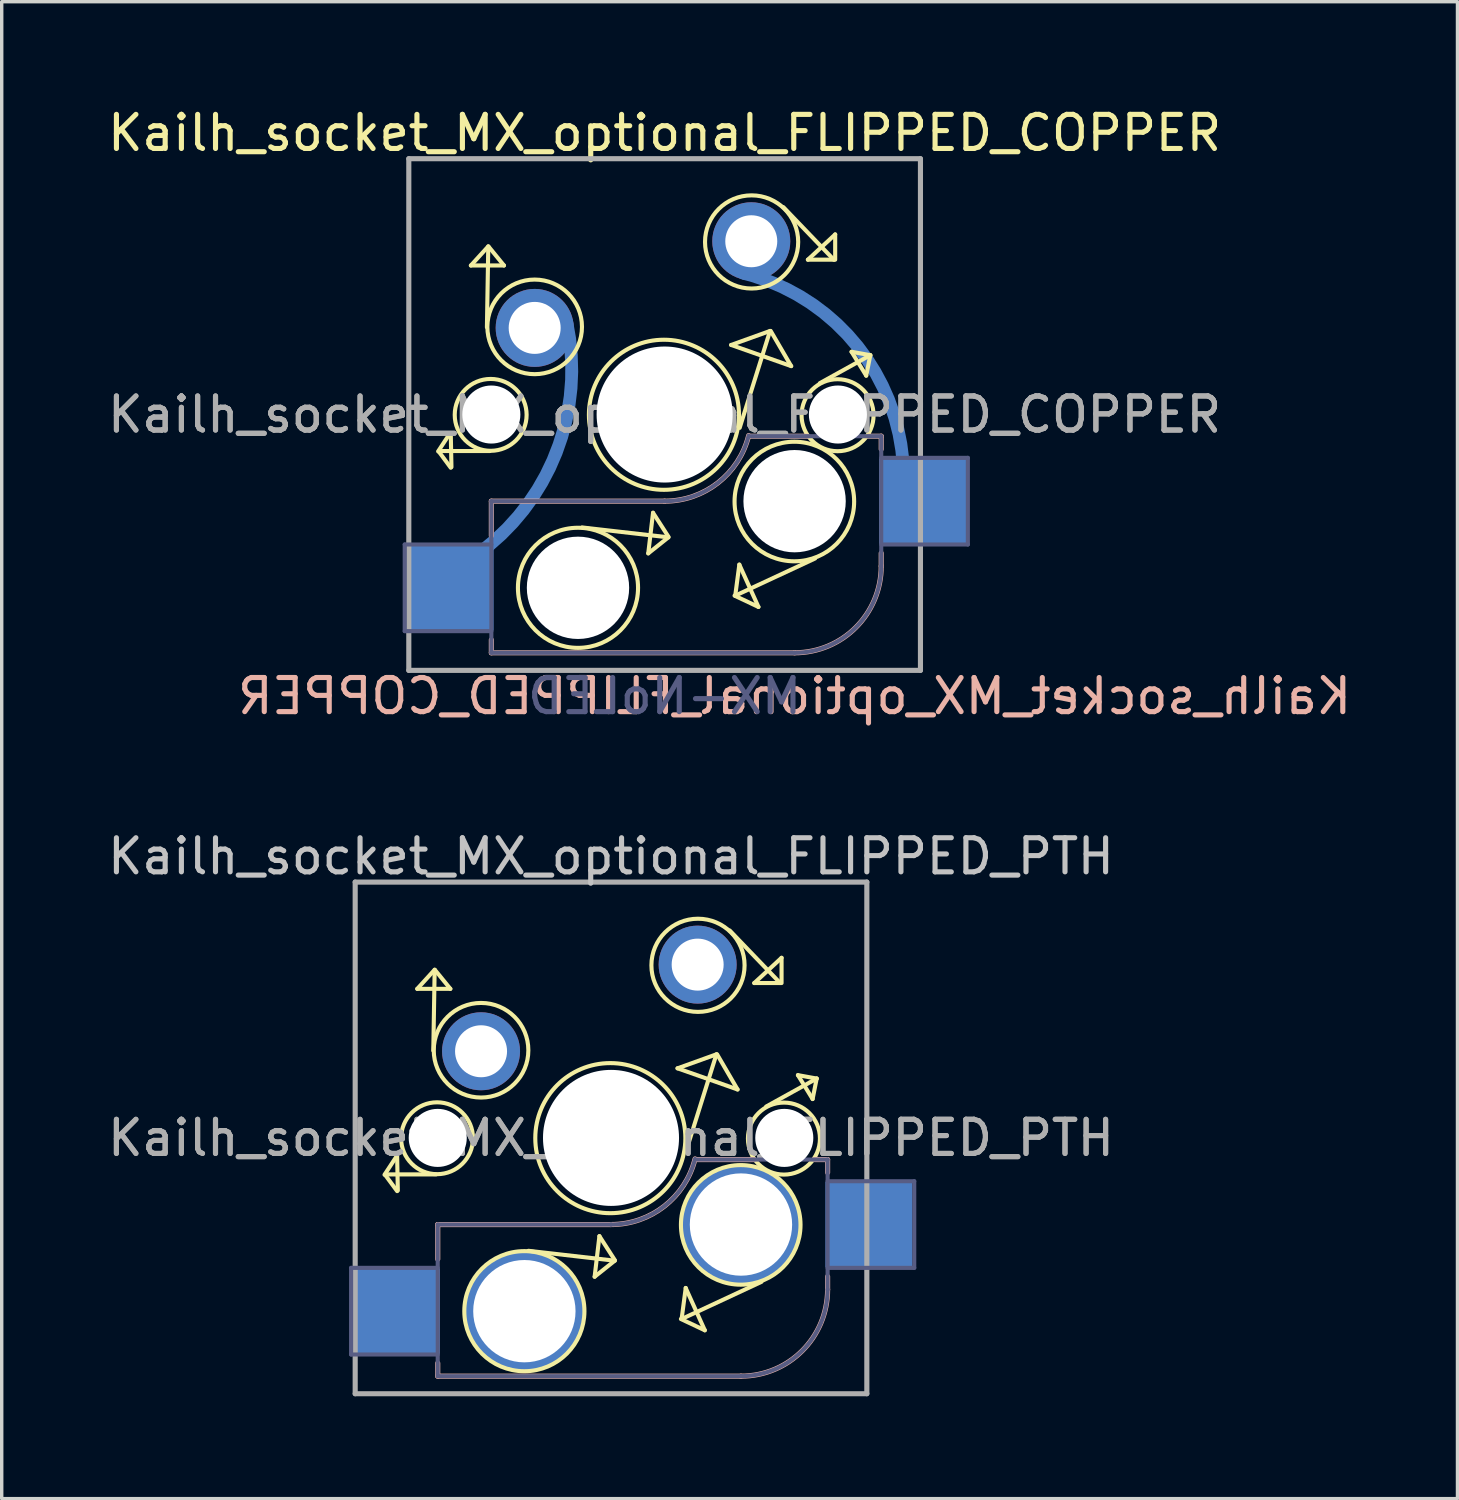
<source format=kicad_pcb>
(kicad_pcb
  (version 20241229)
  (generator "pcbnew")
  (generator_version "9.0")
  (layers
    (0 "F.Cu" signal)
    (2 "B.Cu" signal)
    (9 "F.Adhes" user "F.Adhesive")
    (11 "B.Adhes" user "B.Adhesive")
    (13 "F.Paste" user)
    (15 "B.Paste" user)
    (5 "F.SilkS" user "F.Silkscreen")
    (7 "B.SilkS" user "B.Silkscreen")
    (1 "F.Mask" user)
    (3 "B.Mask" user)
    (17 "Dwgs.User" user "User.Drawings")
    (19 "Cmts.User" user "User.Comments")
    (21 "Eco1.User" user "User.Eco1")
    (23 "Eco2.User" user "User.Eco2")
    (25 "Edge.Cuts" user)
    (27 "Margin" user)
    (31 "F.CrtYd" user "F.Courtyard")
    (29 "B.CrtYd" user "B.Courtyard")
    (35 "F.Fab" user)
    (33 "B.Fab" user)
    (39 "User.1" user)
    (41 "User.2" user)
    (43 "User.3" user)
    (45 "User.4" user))
  (footprint "Kailh_socket_MX_optional_FLIPPED_PTH"
    (layer "F.Cu")
    (at 14.863 30.31)
    (property "Reference" "Kailh_socket_MX_optional_FLIPPED_PTH" (at 0 -8.255 0) (layer "Dwgs.User") (effects (font (size 1 1) (thickness 0.15))))
    (attr through_hole)
    (fp_line (start -6.61 1.1) (end -6.27 1.56) (stroke (width 0.12) (type solid)) (layer "F.SilkS"))
    (fp_line (start -6.3 0.56) (end -6.64 1.08) (stroke (width 0.12) (type solid)) (layer "F.SilkS"))
    (fp_line (start -6.25 1.54) (end -6.27 0.54) (stroke (width 0.12) (type solid)) (layer "F.SilkS"))
    (fp_line (start -5.68 -4.37) (end -4.71 -4.37) (stroke (width 0.12) (type solid)) (layer "F.SilkS"))
    (fp_line (start -5.21 -2.56) (end -5.17 -4.93) (stroke (width 0.12) (type solid)) (layer "F.SilkS"))
    (fp_line (start -5.17 -4.93) (end -5.68 -4.37) (stroke (width 0.12) (type solid)) (layer "F.SilkS"))
    (fp_line (start -5.13 1.07) (end -6.62 1.07) (stroke (width 0.12) (type solid)) (layer "F.SilkS"))
    (fp_line (start -4.71 -4.37) (end -5.15 -4.91) (stroke (width 0.12) (type solid)) (layer "F.SilkS"))
    (fp_line (start -2.42 3.31) (end 0.11 3.6) (stroke (width 0.12) (type solid)) (layer "F.SilkS"))
    (fp_line (start -0.48 4.07) (end -0.34 2.88) (stroke (width 0.12) (type solid)) (layer "F.SilkS"))
    (fp_line (start -0.34 2.88) (end 0.11 3.58) (stroke (width 0.12) (type solid)) (layer "F.SilkS"))
    (fp_line (start 0.11 3.6) (end -0.48 4.07) (stroke (width 0.12) (type solid)) (layer "F.SilkS"))
    (fp_line (start 1.95 -2.04) (end 3.71 -1.42) (stroke (width 0.12) (type solid)) (layer "F.SilkS"))
    (fp_line (start 2.07 5.31) (end 2.19 4.4) (stroke (width 0.12) (type solid)) (layer "F.SilkS"))
    (fp_line (start 2.19 4.4) (end 2.75 5.64) (stroke (width 0.12) (type solid)) (layer "F.SilkS"))
    (fp_line (start 2.2 0.39) (end 3.09 -2.45) (stroke (width 0.12) (type solid)) (layer "F.SilkS"))
    (fp_line (start 2.75 5.64) (end 2.05 5.31) (stroke (width 0.12) (type solid)) (layer "F.SilkS"))
    (fp_line (start 3.09 -2.45) (end 1.95 -2.04) (stroke (width 0.12) (type solid)) (layer "F.SilkS"))
    (fp_line (start 3.48 -6.08) (end 4.96 -4.54) (stroke (width 0.12) (type solid)) (layer "F.SilkS"))
    (fp_line (start 3.71 -1.42) (end 3.11 -2.45) (stroke (width 0.12) (type solid)) (layer "F.SilkS"))
    (fp_line (start 4.2 -4.54) (end 5 -5.28) (stroke (width 0.12) (type solid)) (layer "F.SilkS"))
    (fp_line (start 4.41 4.22) (end 2.07 5.31) (stroke (width 0.12) (type solid)) (layer "F.SilkS"))
    (fp_line (start 4.55 -0.92) (end 6.03 -1.74) (stroke (width 0.12) (type solid)) (layer "F.SilkS"))
    (fp_line (start 4.96 -4.54) (end 4.2 -4.54) (stroke (width 0.12) (type solid)) (layer "F.SilkS"))
    (fp_line (start 5 -5.28) (end 5 -4.54) (stroke (width 0.12) (type solid)) (layer "F.SilkS"))
    (fp_line (start 5.48 -1.84) (end 6.03 -1.74) (stroke (width 0.12) (type solid)) (layer "F.SilkS"))
    (fp_line (start 5.91 -1.14) (end 5.48 -1.84) (stroke (width 0.12) (type solid)) (layer "F.SilkS"))
    (fp_line (start 6.03 -1.74) (end 5.91 -1.14) (stroke (width 0.12) (type solid)) (layer "F.SilkS"))
    (fp_circle (center -5.1 0.01) (end -4.36 -0.74) (stroke (width 0.12) (type solid)) (fill no) (layer "F.SilkS"))
    (fp_circle (center -3.81 -2.57) (end -2.73 -3.44) (stroke (width 0.12) (type solid)) (fill no) (layer "F.SilkS"))
    (fp_circle (center -2.54 5.08) (end -1.3 3.83) (stroke (width 0.12) (type solid)) (fill no) (layer "F.SilkS"))
    (fp_circle (center -0.02 0.007) (end 2.18 0.007) (stroke (width 0.12) (type solid)) (fill no) (layer "F.SilkS"))
    (fp_circle (center 2.55 -5.06) (end 3.74 -5.73) (stroke (width 0.12) (type solid)) (fill no) (layer "F.SilkS"))
    (fp_circle (center 3.803 2.55) (end 2.463 3.68) (stroke (width 0.12) (type solid)) (fill no) (layer "F.SilkS"))
    (fp_circle (center 5.07 0.02) (end 5.77 -0.77) (stroke (width 0.12) (type solid)) (fill no) (layer "F.SilkS"))
    (fp_line (start -5.08 2.54) (end -5.08 3.556) (stroke (width 0.15) (type solid)) (layer "B.SilkS"))
    (fp_line (start -5.08 6.604) (end -5.08 6.985) (stroke (width 0.15) (type solid)) (layer "B.SilkS"))
    (fp_line (start -5.08 6.985) (end 3.81 6.985) (stroke (width 0.15) (type solid)) (layer "B.SilkS"))
    (fp_line (start 0 2.54) (end -5.08 2.54) (stroke (width 0.15) (type solid)) (layer "B.SilkS"))
    (fp_line (start 4.191 0.635) (end 2.54 0.635) (stroke (width 0.15) (type solid)) (layer "B.SilkS"))
    (fp_line (start 6.35 0.635) (end 5.969 0.635) (stroke (width 0.15) (type solid)) (layer "B.SilkS"))
    (fp_line (start 6.35 1.016) (end 6.35 0.635) (stroke (width 0.15) (type solid)) (layer "B.SilkS"))
    (fp_line (start 6.35 4.445) (end 6.35 4.064) (stroke (width 0.15) (type solid)) (layer "B.SilkS"))
    (fp_arc (start 2.464162 0.61604) (mid 1.563147 2.002042) (end 0 2.54) (stroke (width 0.15) (type solid)) (layer "B.SilkS"))
    (fp_arc (start 6.35 4.445) (mid 5.606051 6.241051) (end 3.81 6.985) (stroke (width 0.15) (type solid)) (layer "B.SilkS"))
    (fp_line (start -6.9 6.9) (end -6.9 -6.9) (stroke (width 0.15) (type solid)) (layer "Eco2.User"))
    (fp_line (start -6.9 6.9) (end 6.9 6.9) (stroke (width 0.15) (type solid)) (layer "Eco2.User"))
    (fp_line (start 6.9 -6.9) (end -6.9 -6.9) (stroke (width 0.15) (type solid)) (layer "Eco2.User"))
    (fp_line (start 6.9 -6.9) (end 6.9 6.9) (stroke (width 0.15) (type solid)) (layer "Eco2.User"))
    (fp_line (start -7.62 3.81) (end -7.62 6.35) (stroke (width 0.12) (type solid)) (layer "B.Fab"))
    (fp_line (start -7.62 6.35) (end -5.08 6.35) (stroke (width 0.12) (type solid)) (layer "B.Fab"))
    (fp_line (start -5.08 2.54) (end -5.08 6.985) (stroke (width 0.12) (type solid)) (layer "B.Fab"))
    (fp_line (start -5.08 3.81) (end -7.62 3.81) (stroke (width 0.12) (type solid)) (layer "B.Fab"))
    (fp_line (start -5.08 6.985) (end 3.81 6.985) (stroke (width 0.12) (type solid)) (layer "B.Fab"))
    (fp_line (start 0 2.54) (end -5.08 2.54) (stroke (width 0.12) (type solid)) (layer "B.Fab"))
    (fp_line (start 6.35 0.635) (end 2.54 0.635) (stroke (width 0.12) (type solid)) (layer "B.Fab"))
    (fp_line (start 6.35 3.81) (end 8.89 3.81) (stroke (width 0.12) (type solid)) (layer "B.Fab"))
    (fp_line (start 6.35 4.445) (end 6.35 0.635) (stroke (width 0.12) (type solid)) (layer "B.Fab"))
    (fp_line (start 8.89 1.27) (end 6.35 1.27) (stroke (width 0.12) (type solid)) (layer "B.Fab"))
    (fp_line (start 8.89 3.81) (end 8.89 1.27) (stroke (width 0.12) (type solid)) (layer "B.Fab"))
    (fp_arc (start 2.464162 0.61604) (mid 1.563147 2.002042) (end 0 2.54) (stroke (width 0.12) (type solid)) (layer "B.Fab"))
    (fp_arc (start 6.35 4.445) (mid 5.606051 6.241051) (end 3.81 6.985) (stroke (width 0.12) (type solid)) (layer "B.Fab"))
    (fp_line (start -7.5 -7.5) (end 7.5 -7.5) (stroke (width 0.15) (type solid)) (layer "F.Fab"))
    (fp_line (start -7.5 7.5) (end -7.5 -7.5) (stroke (width 0.15) (type solid)) (layer "F.Fab"))
    (fp_line (start 7.5 -7.5) (end 7.5 7.5) (stroke (width 0.15) (type solid)) (layer "F.Fab"))
    (fp_line (start 7.5 7.5) (end -7.5 7.5) (stroke (width 0.15) (type solid)) (layer "F.Fab"))
    (fp_text user "${REFERENCE}" (at 0 0 0) (layer "F.Fab") (effects (font (size 1 1) (thickness 0.15))))
    (fp_text user "${REFERENCE}" (at 0 0 0) (layer "F.Fab") (effects (font (size 1 1) (thickness 0.15))))
    (pad "" np_thru_hole circle (at -5.08 0) (size 1.702 1.702) (drill 1.702) (layers "*.Cu" "*.Mask"))
    (pad "" np_thru_hole circle (at 0 0) (size 3.988 3.988) (drill 3.988) (layers "*.Cu" "*.Mask"))
    (pad "" np_thru_hole circle (at 5.08 0) (size 1.702 1.702) (drill 1.702) (layers "*.Cu" "*.Mask"))
    (pad "1" thru_hole circle (at 2.54 -5.08) (size 2.286 2.286) (drill 1.524) (layers "*.Cu" "*.Mask"))
    (pad "1" thru_hole circle (at 3.81 2.54) (size 3.47 3.47) (drill 3) (layers "*.Cu" "*.Mask"))
    (pad "1" smd rect (at 7.56 2.54) (size 2.55 2.5) (layers "B.Cu" "B.Mask" "B.Paste"))
    (pad "2" smd rect (at -6.29 5.08) (size 2.55 2.5) (layers "B.Cu" "B.Mask" "B.Paste"))
    (pad "2" thru_hole circle (at -3.81 -2.54) (size 2.286 2.286) (drill 1.524) (layers "*.Cu" "*.Mask"))
    (pad "2" thru_hole circle (at -2.54 5.08) (size 3.47 3.47) (drill 3) (layers "*.Cu" "*.Mask")))
  (footprint "Kailh_socket_MX_optional_FLIPPED_COPPER"
    (layer "F.Cu")
    (at 16.435 9.103)
    (property "Reference" "Kailh_socket_MX_optional_FLIPPED_COPPER" (at 0 -8.255 0) (layer "F.SilkS") (effects (font (size 1 1) (thickness 0.15))))
    (property "Value" "MX-NoLED" (at 0 8.255 0) (layer "F.Fab") (hide yes) (effects (font (size 1 1) (thickness 0.15))))
    (attr through_hole)
    (fp_line (start -6.61 1.1) (end -6.27 1.56) (stroke (width 0.12) (type solid)) (layer "F.SilkS"))
    (fp_line (start -6.3 0.56) (end -6.64 1.08) (stroke (width 0.12) (type solid)) (layer "F.SilkS"))
    (fp_line (start -6.25 1.54) (end -6.27 0.54) (stroke (width 0.12) (type solid)) (layer "F.SilkS"))
    (fp_line (start -5.68 -4.37) (end -4.71 -4.37) (stroke (width 0.12) (type solid)) (layer "F.SilkS"))
    (fp_line (start -5.21 -2.56) (end -5.17 -4.93) (stroke (width 0.12) (type solid)) (layer "F.SilkS"))
    (fp_line (start -5.17 -4.93) (end -5.68 -4.37) (stroke (width 0.12) (type solid)) (layer "F.SilkS"))
    (fp_line (start -5.13 1.07) (end -6.62 1.07) (stroke (width 0.12) (type solid)) (layer "F.SilkS"))
    (fp_line (start -4.71 -4.37) (end -5.15 -4.91) (stroke (width 0.12) (type solid)) (layer "F.SilkS"))
    (fp_line (start -2.42 3.31) (end 0.11 3.6) (stroke (width 0.12) (type solid)) (layer "F.SilkS"))
    (fp_line (start -0.48 4.07) (end -0.34 2.88) (stroke (width 0.12) (type solid)) (layer "F.SilkS"))
    (fp_line (start -0.34 2.88) (end 0.11 3.58) (stroke (width 0.12) (type solid)) (layer "F.SilkS"))
    (fp_line (start 0.11 3.6) (end -0.48 4.07) (stroke (width 0.12) (type solid)) (layer "F.SilkS"))
    (fp_line (start 1.95 -2.04) (end 3.71 -1.42) (stroke (width 0.12) (type solid)) (layer "F.SilkS"))
    (fp_line (start 2.07 5.31) (end 2.19 4.4) (stroke (width 0.12) (type solid)) (layer "F.SilkS"))
    (fp_line (start 2.19 4.4) (end 2.75 5.64) (stroke (width 0.12) (type solid)) (layer "F.SilkS"))
    (fp_line (start 2.2 0.39) (end 3.09 -2.45) (stroke (width 0.12) (type solid)) (layer "F.SilkS"))
    (fp_line (start 2.75 5.64) (end 2.05 5.31) (stroke (width 0.12) (type solid)) (layer "F.SilkS"))
    (fp_line (start 3.09 -2.45) (end 1.95 -2.04) (stroke (width 0.12) (type solid)) (layer "F.SilkS"))
    (fp_line (start 3.48 -6.08) (end 4.96 -4.54) (stroke (width 0.12) (type solid)) (layer "F.SilkS"))
    (fp_line (start 3.71 -1.42) (end 3.11 -2.45) (stroke (width 0.12) (type solid)) (layer "F.SilkS"))
    (fp_line (start 4.2 -4.54) (end 5 -5.28) (stroke (width 0.12) (type solid)) (layer "F.SilkS"))
    (fp_line (start 4.41 4.22) (end 2.07 5.31) (stroke (width 0.12) (type solid)) (layer "F.SilkS"))
    (fp_line (start 4.55 -0.92) (end 6.03 -1.74) (stroke (width 0.12) (type solid)) (layer "F.SilkS"))
    (fp_line (start 4.96 -4.54) (end 4.2 -4.54) (stroke (width 0.12) (type solid)) (layer "F.SilkS"))
    (fp_line (start 5 -5.28) (end 5 -4.54) (stroke (width 0.12) (type solid)) (layer "F.SilkS"))
    (fp_line (start 5.48 -1.84) (end 6.03 -1.74) (stroke (width 0.12) (type solid)) (layer "F.SilkS"))
    (fp_line (start 5.91 -1.14) (end 5.48 -1.84) (stroke (width 0.12) (type solid)) (layer "F.SilkS"))
    (fp_line (start 6.03 -1.74) (end 5.91 -1.14) (stroke (width 0.12) (type solid)) (layer "F.SilkS"))
    (fp_circle (center -5.1 0.01) (end -4.36 -0.74) (stroke (width 0.12) (type solid)) (fill no) (layer "F.SilkS"))
    (fp_circle (center -3.81 -2.57) (end -2.73 -3.44) (stroke (width 0.12) (type solid)) (fill no) (layer "F.SilkS"))
    (fp_circle (center -2.54 5.08) (end -1.3 3.83) (stroke (width 0.12) (type solid)) (fill no) (layer "F.SilkS"))
    (fp_circle (center -0.02 0.007) (end 2.18 0.007) (stroke (width 0.12) (type solid)) (fill no) (layer "F.SilkS"))
    (fp_circle (center 2.55 -5.06) (end 3.74 -5.73) (stroke (width 0.12) (type solid)) (fill no) (layer "F.SilkS"))
    (fp_circle (center 3.803 2.55) (end 2.463 3.68) (stroke (width 0.12) (type solid)) (fill no) (layer "F.SilkS"))
    (fp_circle (center 5.07 0.02) (end 5.77 -0.77) (stroke (width 0.12) (type solid)) (fill no) (layer "F.SilkS"))
    (fp_line (start -5.08 2.54) (end -5.08 3.556) (stroke (width 0.15) (type solid)) (layer "B.SilkS"))
    (fp_line (start -5.08 6.604) (end -5.08 6.985) (stroke (width 0.15) (type solid)) (layer "B.SilkS"))
    (fp_line (start -5.08 6.985) (end 3.81 6.985) (stroke (width 0.15) (type solid)) (layer "B.SilkS"))
    (fp_line (start 0 2.54) (end -5.08 2.54) (stroke (width 0.15) (type solid)) (layer "B.SilkS"))
    (fp_line (start 4.191 0.635) (end 2.54 0.635) (stroke (width 0.15) (type solid)) (layer "B.SilkS"))
    (fp_line (start 6.35 0.635) (end 5.969 0.635) (stroke (width 0.15) (type solid)) (layer "B.SilkS"))
    (fp_line (start 6.35 1.016) (end 6.35 0.635) (stroke (width 0.15) (type solid)) (layer "B.SilkS"))
    (fp_line (start 6.35 4.445) (end 6.35 4.064) (stroke (width 0.15) (type solid)) (layer "B.SilkS"))
    (fp_arc (start 2.464162 0.61604) (mid 1.563147 2.002042) (end 0 2.54) (stroke (width 0.15) (type solid)) (layer "B.SilkS"))
    (fp_arc (start 6.35 4.445) (mid 5.606051 6.241051) (end 3.81 6.985) (stroke (width 0.15) (type solid)) (layer "B.SilkS"))
    (fp_line (start -6.9 6.9) (end -6.9 -6.9) (stroke (width 0.15) (type solid)) (layer "Eco2.User"))
    (fp_line (start -6.9 6.9) (end 6.9 6.9) (stroke (width 0.15) (type solid)) (layer "Eco2.User"))
    (fp_line (start 6.9 -6.9) (end -6.9 -6.9) (stroke (width 0.15) (type solid)) (layer "Eco2.User"))
    (fp_line (start 6.9 -6.9) (end 6.9 6.9) (stroke (width 0.15) (type solid)) (layer "Eco2.User"))
    (fp_line (start -7.62 3.81) (end -7.62 6.35) (stroke (width 0.12) (type solid)) (layer "B.Fab"))
    (fp_line (start -7.62 6.35) (end -5.08 6.35) (stroke (width 0.12) (type solid)) (layer "B.Fab"))
    (fp_line (start -5.08 2.54) (end -5.08 6.985) (stroke (width 0.12) (type solid)) (layer "B.Fab"))
    (fp_line (start -5.08 3.81) (end -7.62 3.81) (stroke (width 0.12) (type solid)) (layer "B.Fab"))
    (fp_line (start -5.08 6.985) (end 3.81 6.985) (stroke (width 0.12) (type solid)) (layer "B.Fab"))
    (fp_line (start 0 2.54) (end -5.08 2.54) (stroke (width 0.12) (type solid)) (layer "B.Fab"))
    (fp_line (start 6.35 0.635) (end 2.54 0.635) (stroke (width 0.12) (type solid)) (layer "B.Fab"))
    (fp_line (start 6.35 3.81) (end 8.89 3.81) (stroke (width 0.12) (type solid)) (layer "B.Fab"))
    (fp_line (start 6.35 4.445) (end 6.35 0.635) (stroke (width 0.12) (type solid)) (layer "B.Fab"))
    (fp_line (start 8.89 1.27) (end 6.35 1.27) (stroke (width 0.12) (type solid)) (layer "B.Fab"))
    (fp_line (start 8.89 3.81) (end 8.89 1.27) (stroke (width 0.12) (type solid)) (layer "B.Fab"))
    (fp_arc (start 2.464162 0.61604) (mid 1.563147 2.002042) (end 0 2.54) (stroke (width 0.12) (type solid)) (layer "B.Fab"))
    (fp_arc (start 6.35 4.445) (mid 5.606051 6.241051) (end 3.81 6.985) (stroke (width 0.12) (type solid)) (layer "B.Fab"))
    (fp_line (start -7.5 -7.5) (end 7.5 -7.5) (stroke (width 0.15) (type solid)) (layer "F.Fab"))
    (fp_line (start -7.5 7.5) (end -7.5 -7.5) (stroke (width 0.15) (type solid)) (layer "F.Fab"))
    (fp_line (start 7.5 -7.5) (end 7.5 7.5) (stroke (width 0.15) (type solid)) (layer "F.Fab"))
    (fp_line (start 7.5 7.5) (end -7.5 7.5) (stroke (width 0.15) (type solid)) (layer "F.Fab"))
    (fp_text user "${REFERENCE}" (at 3.81 8.255 0) (layer "B.SilkS") (effects (font (size 1 1) (thickness 0.15)) (justify mirror)))
    (fp_text user "${VALUE}" (at 0 8.255 0) (layer "B.Fab") (effects (font (size 1 1) (thickness 0.15)) (justify mirror)))
    (fp_text user "${REFERENCE}" (at 0 0 0) (layer "F.Fab") (effects (font (size 1 1) (thickness 0.15))))
    (fp_text user "${REFERENCE}" (at 0 0 0) (layer "F.Fab") (effects (font (size 1 1) (thickness 0.15))))
    (pad "" np_thru_hole circle (at -5.08 0) (size 1.702 1.702) (drill 1.702) (layers "*.Cu" "*.Mask"))
    (pad "" np_thru_hole circle (at -2.54 5.08) (size 3 3) (drill 3) (layers "*.Cu" "*.Mask"))
    (pad "" np_thru_hole circle (at 0 0) (size 3.988 3.988) (drill 3.988) (layers "*.Cu" "*.Mask"))
    (pad "" np_thru_hole circle (at 3.81 2.54) (size 3 3) (drill 3) (layers "*.Cu" "*.Mask"))
    (pad "" np_thru_hole circle (at 5.08 0) (size 1.702 1.702) (drill 1.702) (layers "*.Cu" "*.Mask"))
    (pad "1" smd custom (at 2.32 -4.14) (size 0.2 0.2) (layers "B.Cu") (options (anchor circle)) (primitives (gr_arc (start 0 0) (mid 3.342598 2.153022) (end 4.683784 5.895974) (width 0.38))))
    (pad "1" thru_hole circle (at 2.54 -5.08) (size 2.286 2.286) (drill 1.524) (layers "*.Cu" "*.Mask"))
    (pad "1" smd rect (at 7.56 2.54) (size 2.55 2.5) (layers "B.Cu" "B.Mask" "B.Paste"))
    (pad "2" smd rect (at -6.29 5.08) (size 2.55 2.5) (layers "B.Cu" "B.Mask" "B.Paste"))
    (pad "2" thru_hole circle (at -3.81 -2.54) (size 2.286 2.286) (drill 1.524) (layers "*.Cu" "*.Mask"))
    (pad "2" smd custom (at -2.87 -2.7 295) (size 0.2 0.2) (layers "B.Cu") (options (anchor circle)) (primitives (gr_arc (start 0 0) (mid 3.646979 2.256345) (end 5.166746 6.266565) (width 0.38)))))
  (gr_rect
    (start -3 -3)
    (end 39.679 40.885)
    (stroke (width 0.1) (type default))
    (fill no)
    (layer "Edge.Cuts")))
</source>
